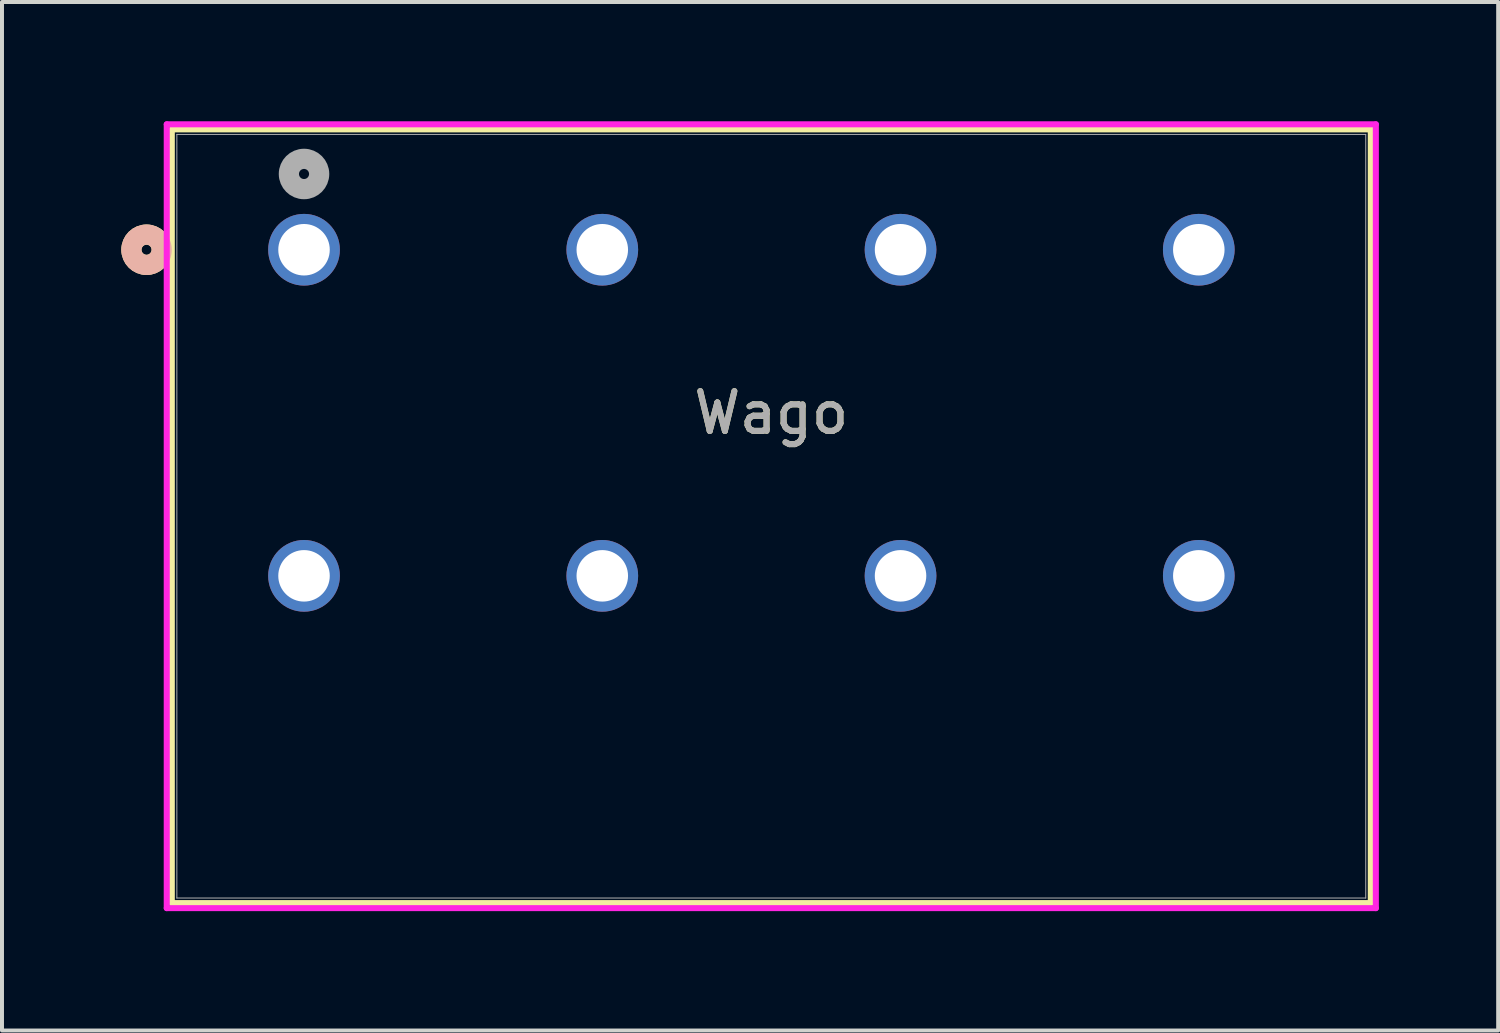
<source format=kicad_pcb>
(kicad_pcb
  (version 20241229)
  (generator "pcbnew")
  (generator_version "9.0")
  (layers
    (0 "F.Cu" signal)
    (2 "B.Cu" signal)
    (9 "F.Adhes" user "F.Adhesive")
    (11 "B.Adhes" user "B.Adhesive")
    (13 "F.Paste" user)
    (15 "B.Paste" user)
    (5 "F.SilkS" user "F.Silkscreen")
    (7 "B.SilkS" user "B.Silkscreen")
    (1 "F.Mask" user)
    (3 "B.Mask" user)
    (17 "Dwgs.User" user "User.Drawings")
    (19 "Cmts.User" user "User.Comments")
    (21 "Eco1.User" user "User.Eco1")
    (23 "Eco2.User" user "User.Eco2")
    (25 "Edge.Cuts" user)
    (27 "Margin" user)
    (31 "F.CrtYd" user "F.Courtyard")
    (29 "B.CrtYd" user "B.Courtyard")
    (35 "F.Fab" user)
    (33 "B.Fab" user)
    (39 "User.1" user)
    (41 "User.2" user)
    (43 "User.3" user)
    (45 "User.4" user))
  (footprint "Wago"
    (layer "F.Cu")
    (at 4.595 3.23)
    (property "Reference" "Wago" (at 11.75 4.1 0) (unlocked yes) (layer "F.SilkS") (effects (font (size 1 1) (thickness 0.15))))
    (attr through_hole)
    (fp_line (start -3.325 -3.027) (end -3.325 16.429) (stroke (width 0.152) (type solid)) (layer "F.SilkS"))
    (fp_line (start -3.325 16.429) (end 26.825 16.429) (stroke (width 0.152) (type solid)) (layer "F.SilkS"))
    (fp_line (start 26.825 -3.027) (end -3.325 -3.027) (stroke (width 0.152) (type solid)) (layer "F.SilkS"))
    (fp_line (start 26.825 16.429) (end 26.825 -3.027) (stroke (width 0.152) (type solid)) (layer "F.SilkS"))
    (fp_circle (center -3.96 0) (end -3.579 0) (stroke (width 0.508) (type solid)) (fill no) (layer "F.SilkS"))
    (fp_circle (center -3.96 0) (end -3.579 0) (stroke (width 0.508) (type solid)) (fill no) (layer "B.SilkS"))
    (fp_line (start -3.452 -3.154) (end -3.452 16.556) (stroke (width 0.152) (type solid)) (layer "F.CrtYd"))
    (fp_line (start -3.452 16.556) (end 26.952 16.556) (stroke (width 0.152) (type solid)) (layer "F.CrtYd"))
    (fp_line (start 26.952 -3.154) (end -3.452 -3.154) (stroke (width 0.152) (type solid)) (layer "F.CrtYd"))
    (fp_line (start 26.952 16.556) (end 26.952 -3.154) (stroke (width 0.152) (type solid)) (layer "F.CrtYd"))
    (fp_line (start -3.198 -2.9) (end -3.198 16.302) (stroke (width 0.025) (type solid)) (layer "F.Fab"))
    (fp_line (start -3.198 16.302) (end 26.698 16.302) (stroke (width 0.025) (type solid)) (layer "F.Fab"))
    (fp_line (start 26.698 -2.9) (end -3.198 -2.9) (stroke (width 0.025) (type solid)) (layer "F.Fab"))
    (fp_line (start 26.698 16.302) (end 26.698 -2.9) (stroke (width 0.025) (type solid)) (layer "F.Fab"))
    (fp_circle (center 0 -1.905) (end 0.381 -1.905) (stroke (width 0.508) (type solid)) (fill no) (layer "F.Fab"))
    (fp_text user "${REFERENCE}" (at 11.75 4.1 0) (unlocked yes) (layer "F.Fab") (effects (font (size 1 1) (thickness 0.15))))
    (pad "1" thru_hole circle (at 0 0) (size 1.803 1.803) (drill 1.295) (layers "*.Cu" "*.Mask"))
    (pad "2" thru_hole circle (at 0 8.2) (size 1.803 1.803) (drill 1.295) (layers "*.Cu" "*.Mask"))
    (pad "3" thru_hole circle (at 7.5 0) (size 1.803 1.803) (drill 1.295) (layers "*.Cu" "*.Mask"))
    (pad "4" thru_hole circle (at 7.5 8.2) (size 1.803 1.803) (drill 1.295) (layers "*.Cu" "*.Mask"))
    (pad "5" thru_hole circle (at 15 0) (size 1.803 1.803) (drill 1.295) (layers "*.Cu" "*.Mask"))
    (pad "6" thru_hole circle (at 15 8.2) (size 1.803 1.803) (drill 1.295) (layers "*.Cu" "*.Mask"))
    (pad "7" thru_hole circle (at 22.5 0) (size 1.803 1.803) (drill 1.295) (layers "*.Cu" "*.Mask"))
    (pad "8" thru_hole circle (at 22.5 8.2) (size 1.803 1.803) (drill 1.295) (layers "*.Cu" "*.Mask")))
  (gr_rect
    (start -3 -3)
    (end 34.623 22.863)
    (stroke (width 0.1) (type default))
    (fill no)
    (layer "Edge.Cuts")))
</source>
